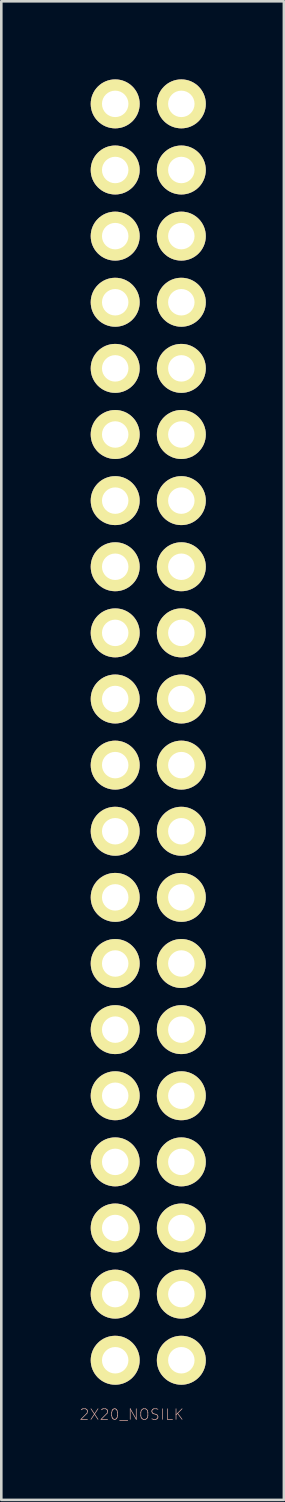
<source format=kicad_pcb>
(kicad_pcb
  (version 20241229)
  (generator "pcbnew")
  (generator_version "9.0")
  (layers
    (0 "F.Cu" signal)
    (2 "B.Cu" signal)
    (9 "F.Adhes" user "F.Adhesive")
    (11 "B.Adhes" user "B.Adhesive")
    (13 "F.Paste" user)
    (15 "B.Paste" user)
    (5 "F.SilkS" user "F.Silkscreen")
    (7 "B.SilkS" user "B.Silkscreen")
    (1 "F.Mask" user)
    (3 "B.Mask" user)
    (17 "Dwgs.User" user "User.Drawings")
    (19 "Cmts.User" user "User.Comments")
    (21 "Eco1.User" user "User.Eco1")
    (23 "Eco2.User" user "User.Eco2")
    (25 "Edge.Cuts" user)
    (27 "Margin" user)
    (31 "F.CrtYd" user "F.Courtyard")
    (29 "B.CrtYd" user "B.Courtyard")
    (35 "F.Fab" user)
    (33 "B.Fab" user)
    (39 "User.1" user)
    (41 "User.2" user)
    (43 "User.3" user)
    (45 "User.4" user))
  (footprint "2X20_NOSILK"
    (layer "F.Cu")
    (at 2.645 25.07)
    (property "Reference" "2X20_NOSILK" (at -0.635 26.213 0) (layer "B.SilkS") (effects (font (size 0.406 0.406) (thickness 0.025))))
    (attr exclude_from_pos_files exclude_from_bom)
    (fp_line (start -1.524 -24.384) (end -1.016 -24.384) (stroke (width 0.066) (type solid)) (layer "F.SilkS"))
    (fp_line (start -1.524 -23.876) (end -1.524 -24.384) (stroke (width 0.066) (type solid)) (layer "F.SilkS"))
    (fp_line (start -1.524 -23.876) (end -1.016 -23.876) (stroke (width 0.066) (type solid)) (layer "F.SilkS"))
    (fp_line (start -1.524 -21.844) (end -1.016 -21.844) (stroke (width 0.066) (type solid)) (layer "F.SilkS"))
    (fp_line (start -1.524 -21.336) (end -1.524 -21.844) (stroke (width 0.066) (type solid)) (layer "F.SilkS"))
    (fp_line (start -1.524 -21.336) (end -1.016 -21.336) (stroke (width 0.066) (type solid)) (layer "F.SilkS"))
    (fp_line (start -1.524 -19.304) (end -1.016 -19.304) (stroke (width 0.066) (type solid)) (layer "F.SilkS"))
    (fp_line (start -1.524 -18.796) (end -1.524 -19.304) (stroke (width 0.066) (type solid)) (layer "F.SilkS"))
    (fp_line (start -1.524 -18.796) (end -1.016 -18.796) (stroke (width 0.066) (type solid)) (layer "F.SilkS"))
    (fp_line (start -1.524 -16.764) (end -1.016 -16.764) (stroke (width 0.066) (type solid)) (layer "F.SilkS"))
    (fp_line (start -1.524 -16.764) (end -1.016 -16.764) (stroke (width 0.066) (type solid)) (layer "F.SilkS"))
    (fp_line (start -1.524 -16.256) (end -1.524 -16.764) (stroke (width 0.066) (type solid)) (layer "F.SilkS"))
    (fp_line (start -1.524 -16.256) (end -1.524 -16.764) (stroke (width 0.066) (type solid)) (layer "F.SilkS"))
    (fp_line (start -1.524 -16.256) (end -1.016 -16.256) (stroke (width 0.066) (type solid)) (layer "F.SilkS"))
    (fp_line (start -1.524 -16.256) (end -1.016 -16.256) (stroke (width 0.066) (type solid)) (layer "F.SilkS"))
    (fp_line (start -1.524 -14.224) (end -1.016 -14.224) (stroke (width 0.066) (type solid)) (layer "F.SilkS"))
    (fp_line (start -1.524 -13.716) (end -1.524 -14.224) (stroke (width 0.066) (type solid)) (layer "F.SilkS"))
    (fp_line (start -1.524 -13.716) (end -1.016 -13.716) (stroke (width 0.066) (type solid)) (layer "F.SilkS"))
    (fp_line (start -1.524 -11.684) (end -1.016 -11.684) (stroke (width 0.066) (type solid)) (layer "F.SilkS"))
    (fp_line (start -1.524 -11.176) (end -1.524 -11.684) (stroke (width 0.066) (type solid)) (layer "F.SilkS"))
    (fp_line (start -1.524 -11.176) (end -1.016 -11.176) (stroke (width 0.066) (type solid)) (layer "F.SilkS"))
    (fp_line (start -1.524 -9.144) (end -1.016 -9.144) (stroke (width 0.066) (type solid)) (layer "F.SilkS"))
    (fp_line (start -1.524 -8.636) (end -1.524 -9.144) (stroke (width 0.066) (type solid)) (layer "F.SilkS"))
    (fp_line (start -1.524 -8.636) (end -1.016 -8.636) (stroke (width 0.066) (type solid)) (layer "F.SilkS"))
    (fp_line (start -1.524 -6.604) (end -1.016 -6.604) (stroke (width 0.066) (type solid)) (layer "F.SilkS"))
    (fp_line (start -1.524 -6.096) (end -1.524 -6.604) (stroke (width 0.066) (type solid)) (layer "F.SilkS"))
    (fp_line (start -1.524 -6.096) (end -1.016 -6.096) (stroke (width 0.066) (type solid)) (layer "F.SilkS"))
    (fp_line (start -1.524 -4.064) (end -1.016 -4.064) (stroke (width 0.066) (type solid)) (layer "F.SilkS"))
    (fp_line (start -1.524 -4.064) (end -1.016 -4.064) (stroke (width 0.066) (type solid)) (layer "F.SilkS"))
    (fp_line (start -1.524 -3.556) (end -1.524 -4.064) (stroke (width 0.066) (type solid)) (layer "F.SilkS"))
    (fp_line (start -1.524 -3.556) (end -1.524 -4.064) (stroke (width 0.066) (type solid)) (layer "F.SilkS"))
    (fp_line (start -1.524 -3.556) (end -1.016 -3.556) (stroke (width 0.066) (type solid)) (layer "F.SilkS"))
    (fp_line (start -1.524 -3.556) (end -1.016 -3.556) (stroke (width 0.066) (type solid)) (layer "F.SilkS"))
    (fp_line (start -1.524 -1.524) (end -1.016 -1.524) (stroke (width 0.066) (type solid)) (layer "F.SilkS"))
    (fp_line (start -1.524 -1.016) (end -1.524 -1.524) (stroke (width 0.066) (type solid)) (layer "F.SilkS"))
    (fp_line (start -1.524 -1.016) (end -1.016 -1.016) (stroke (width 0.066) (type solid)) (layer "F.SilkS"))
    (fp_line (start -1.524 1.016) (end -1.016 1.016) (stroke (width 0.066) (type solid)) (layer "F.SilkS"))
    (fp_line (start -1.524 1.524) (end -1.524 1.016) (stroke (width 0.066) (type solid)) (layer "F.SilkS"))
    (fp_line (start -1.524 1.524) (end -1.016 1.524) (stroke (width 0.066) (type solid)) (layer "F.SilkS"))
    (fp_line (start -1.524 3.556) (end -1.016 3.556) (stroke (width 0.066) (type solid)) (layer "F.SilkS"))
    (fp_line (start -1.524 3.556) (end -1.016 3.556) (stroke (width 0.066) (type solid)) (layer "F.SilkS"))
    (fp_line (start -1.524 4.064) (end -1.524 3.556) (stroke (width 0.066) (type solid)) (layer "F.SilkS"))
    (fp_line (start -1.524 4.064) (end -1.524 3.556) (stroke (width 0.066) (type solid)) (layer "F.SilkS"))
    (fp_line (start -1.524 4.064) (end -1.016 4.064) (stroke (width 0.066) (type solid)) (layer "F.SilkS"))
    (fp_line (start -1.524 4.064) (end -1.016 4.064) (stroke (width 0.066) (type solid)) (layer "F.SilkS"))
    (fp_line (start -1.524 6.096) (end -1.016 6.096) (stroke (width 0.066) (type solid)) (layer "F.SilkS"))
    (fp_line (start -1.524 6.604) (end -1.524 6.096) (stroke (width 0.066) (type solid)) (layer "F.SilkS"))
    (fp_line (start -1.524 6.604) (end -1.016 6.604) (stroke (width 0.066) (type solid)) (layer "F.SilkS"))
    (fp_line (start -1.524 8.636) (end -1.016 8.636) (stroke (width 0.066) (type solid)) (layer "F.SilkS"))
    (fp_line (start -1.524 9.144) (end -1.524 8.636) (stroke (width 0.066) (type solid)) (layer "F.SilkS"))
    (fp_line (start -1.524 9.144) (end -1.016 9.144) (stroke (width 0.066) (type solid)) (layer "F.SilkS"))
    (fp_line (start -1.524 11.176) (end -1.016 11.176) (stroke (width 0.066) (type solid)) (layer "F.SilkS"))
    (fp_line (start -1.524 11.684) (end -1.524 11.176) (stroke (width 0.066) (type solid)) (layer "F.SilkS"))
    (fp_line (start -1.524 11.684) (end -1.016 11.684) (stroke (width 0.066) (type solid)) (layer "F.SilkS"))
    (fp_line (start -1.524 13.716) (end -1.016 13.716) (stroke (width 0.066) (type solid)) (layer "F.SilkS"))
    (fp_line (start -1.524 14.224) (end -1.524 13.716) (stroke (width 0.066) (type solid)) (layer "F.SilkS"))
    (fp_line (start -1.524 14.224) (end -1.016 14.224) (stroke (width 0.066) (type solid)) (layer "F.SilkS"))
    (fp_line (start -1.524 16.256) (end -1.016 16.256) (stroke (width 0.066) (type solid)) (layer "F.SilkS"))
    (fp_line (start -1.524 16.764) (end -1.524 16.256) (stroke (width 0.066) (type solid)) (layer "F.SilkS"))
    (fp_line (start -1.524 16.764) (end -1.016 16.764) (stroke (width 0.066) (type solid)) (layer "F.SilkS"))
    (fp_line (start -1.524 18.796) (end -1.016 18.796) (stroke (width 0.066) (type solid)) (layer "F.SilkS"))
    (fp_line (start -1.524 19.304) (end -1.524 18.796) (stroke (width 0.066) (type solid)) (layer "F.SilkS"))
    (fp_line (start -1.524 19.304) (end -1.016 19.304) (stroke (width 0.066) (type solid)) (layer "F.SilkS"))
    (fp_line (start -1.524 21.336) (end -1.016 21.336) (stroke (width 0.066) (type solid)) (layer "F.SilkS"))
    (fp_line (start -1.524 21.844) (end -1.524 21.336) (stroke (width 0.066) (type solid)) (layer "F.SilkS"))
    (fp_line (start -1.524 21.844) (end -1.016 21.844) (stroke (width 0.066) (type solid)) (layer "F.SilkS"))
    (fp_line (start -1.524 23.876) (end -1.016 23.876) (stroke (width 0.066) (type solid)) (layer "F.SilkS"))
    (fp_line (start -1.524 24.384) (end -1.524 23.876) (stroke (width 0.066) (type solid)) (layer "F.SilkS"))
    (fp_line (start -1.524 24.384) (end -1.016 24.384) (stroke (width 0.066) (type solid)) (layer "F.SilkS"))
    (fp_line (start -1.016 -23.876) (end -1.016 -24.384) (stroke (width 0.066) (type solid)) (layer "F.SilkS"))
    (fp_line (start -1.016 -21.336) (end -1.016 -21.844) (stroke (width 0.066) (type solid)) (layer "F.SilkS"))
    (fp_line (start -1.016 -18.796) (end -1.016 -19.304) (stroke (width 0.066) (type solid)) (layer "F.SilkS"))
    (fp_line (start -1.016 -16.256) (end -1.016 -16.764) (stroke (width 0.066) (type solid)) (layer "F.SilkS"))
    (fp_line (start -1.016 -16.256) (end -1.016 -16.764) (stroke (width 0.066) (type solid)) (layer "F.SilkS"))
    (fp_line (start -1.016 -13.716) (end -1.016 -14.224) (stroke (width 0.066) (type solid)) (layer "F.SilkS"))
    (fp_line (start -1.016 -11.176) (end -1.016 -11.684) (stroke (width 0.066) (type solid)) (layer "F.SilkS"))
    (fp_line (start -1.016 -8.636) (end -1.016 -9.144) (stroke (width 0.066) (type solid)) (layer "F.SilkS"))
    (fp_line (start -1.016 -6.096) (end -1.016 -6.604) (stroke (width 0.066) (type solid)) (layer "F.SilkS"))
    (fp_line (start -1.016 -3.556) (end -1.016 -4.064) (stroke (width 0.066) (type solid)) (layer "F.SilkS"))
    (fp_line (start -1.016 -3.556) (end -1.016 -4.064) (stroke (width 0.066) (type solid)) (layer "F.SilkS"))
    (fp_line (start -1.016 -1.016) (end -1.016 -1.524) (stroke (width 0.066) (type solid)) (layer "F.SilkS"))
    (fp_line (start -1.016 1.524) (end -1.016 1.016) (stroke (width 0.066) (type solid)) (layer "F.SilkS"))
    (fp_line (start -1.016 4.064) (end -1.016 3.556) (stroke (width 0.066) (type solid)) (layer "F.SilkS"))
    (fp_line (start -1.016 4.064) (end -1.016 3.556) (stroke (width 0.066) (type solid)) (layer "F.SilkS"))
    (fp_line (start -1.016 6.604) (end -1.016 6.096) (stroke (width 0.066) (type solid)) (layer "F.SilkS"))
    (fp_line (start -1.016 9.144) (end -1.016 8.636) (stroke (width 0.066) (type solid)) (layer "F.SilkS"))
    (fp_line (start -1.016 11.684) (end -1.016 11.176) (stroke (width 0.066) (type solid)) (layer "F.SilkS"))
    (fp_line (start -1.016 14.224) (end -1.016 13.716) (stroke (width 0.066) (type solid)) (layer "F.SilkS"))
    (fp_line (start -1.016 16.764) (end -1.016 16.256) (stroke (width 0.066) (type solid)) (layer "F.SilkS"))
    (fp_line (start -1.016 19.304) (end -1.016 18.796) (stroke (width 0.066) (type solid)) (layer "F.SilkS"))
    (fp_line (start -1.016 21.844) (end -1.016 21.336) (stroke (width 0.066) (type solid)) (layer "F.SilkS"))
    (fp_line (start -1.016 24.384) (end -1.016 23.876) (stroke (width 0.066) (type solid)) (layer "F.SilkS"))
    (fp_line (start 1.016 -24.384) (end 1.524 -24.384) (stroke (width 0.066) (type solid)) (layer "F.SilkS"))
    (fp_line (start 1.016 -23.876) (end 1.016 -24.384) (stroke (width 0.066) (type solid)) (layer "F.SilkS"))
    (fp_line (start 1.016 -23.876) (end 1.524 -23.876) (stroke (width 0.066) (type solid)) (layer "F.SilkS"))
    (fp_line (start 1.016 -21.844) (end 1.524 -21.844) (stroke (width 0.066) (type solid)) (layer "F.SilkS"))
    (fp_line (start 1.016 -21.336) (end 1.016 -21.844) (stroke (width 0.066) (type solid)) (layer "F.SilkS"))
    (fp_line (start 1.016 -21.336) (end 1.524 -21.336) (stroke (width 0.066) (type solid)) (layer "F.SilkS"))
    (fp_line (start 1.016 -19.304) (end 1.524 -19.304) (stroke (width 0.066) (type solid)) (layer "F.SilkS"))
    (fp_line (start 1.016 -18.796) (end 1.016 -19.304) (stroke (width 0.066) (type solid)) (layer "F.SilkS"))
    (fp_line (start 1.016 -18.796) (end 1.524 -18.796) (stroke (width 0.066) (type solid)) (layer "F.SilkS"))
    (fp_line (start 1.016 -16.764) (end 1.524 -16.764) (stroke (width 0.066) (type solid)) (layer "F.SilkS"))
    (fp_line (start 1.016 -16.764) (end 1.524 -16.764) (stroke (width 0.066) (type solid)) (layer "F.SilkS"))
    (fp_line (start 1.016 -16.256) (end 1.016 -16.764) (stroke (width 0.066) (type solid)) (layer "F.SilkS"))
    (fp_line (start 1.016 -16.256) (end 1.016 -16.764) (stroke (width 0.066) (type solid)) (layer "F.SilkS"))
    (fp_line (start 1.016 -16.256) (end 1.524 -16.256) (stroke (width 0.066) (type solid)) (layer "F.SilkS"))
    (fp_line (start 1.016 -16.256) (end 1.524 -16.256) (stroke (width 0.066) (type solid)) (layer "F.SilkS"))
    (fp_line (start 1.016 -14.224) (end 1.524 -14.224) (stroke (width 0.066) (type solid)) (layer "F.SilkS"))
    (fp_line (start 1.016 -13.716) (end 1.016 -14.224) (stroke (width 0.066) (type solid)) (layer "F.SilkS"))
    (fp_line (start 1.016 -13.716) (end 1.524 -13.716) (stroke (width 0.066) (type solid)) (layer "F.SilkS"))
    (fp_line (start 1.016 -11.684) (end 1.524 -11.684) (stroke (width 0.066) (type solid)) (layer "F.SilkS"))
    (fp_line (start 1.016 -11.176) (end 1.016 -11.684) (stroke (width 0.066) (type solid)) (layer "F.SilkS"))
    (fp_line (start 1.016 -11.176) (end 1.524 -11.176) (stroke (width 0.066) (type solid)) (layer "F.SilkS"))
    (fp_line (start 1.016 -9.144) (end 1.524 -9.144) (stroke (width 0.066) (type solid)) (layer "F.SilkS"))
    (fp_line (start 1.016 -8.636) (end 1.016 -9.144) (stroke (width 0.066) (type solid)) (layer "F.SilkS"))
    (fp_line (start 1.016 -8.636) (end 1.524 -8.636) (stroke (width 0.066) (type solid)) (layer "F.SilkS"))
    (fp_line (start 1.016 -6.604) (end 1.524 -6.604) (stroke (width 0.066) (type solid)) (layer "F.SilkS"))
    (fp_line (start 1.016 -6.096) (end 1.016 -6.604) (stroke (width 0.066) (type solid)) (layer "F.SilkS"))
    (fp_line (start 1.016 -6.096) (end 1.524 -6.096) (stroke (width 0.066) (type solid)) (layer "F.SilkS"))
    (fp_line (start 1.016 -4.064) (end 1.524 -4.064) (stroke (width 0.066) (type solid)) (layer "F.SilkS"))
    (fp_line (start 1.016 -4.064) (end 1.524 -4.064) (stroke (width 0.066) (type solid)) (layer "F.SilkS"))
    (fp_line (start 1.016 -3.556) (end 1.016 -4.064) (stroke (width 0.066) (type solid)) (layer "F.SilkS"))
    (fp_line (start 1.016 -3.556) (end 1.016 -4.064) (stroke (width 0.066) (type solid)) (layer "F.SilkS"))
    (fp_line (start 1.016 -3.556) (end 1.524 -3.556) (stroke (width 0.066) (type solid)) (layer "F.SilkS"))
    (fp_line (start 1.016 -3.556) (end 1.524 -3.556) (stroke (width 0.066) (type solid)) (layer "F.SilkS"))
    (fp_line (start 1.016 -1.524) (end 1.524 -1.524) (stroke (width 0.066) (type solid)) (layer "F.SilkS"))
    (fp_line (start 1.016 -1.016) (end 1.016 -1.524) (stroke (width 0.066) (type solid)) (layer "F.SilkS"))
    (fp_line (start 1.016 -1.016) (end 1.524 -1.016) (stroke (width 0.066) (type solid)) (layer "F.SilkS"))
    (fp_line (start 1.016 1.016) (end 1.524 1.016) (stroke (width 0.066) (type solid)) (layer "F.SilkS"))
    (fp_line (start 1.016 1.524) (end 1.016 1.016) (stroke (width 0.066) (type solid)) (layer "F.SilkS"))
    (fp_line (start 1.016 1.524) (end 1.524 1.524) (stroke (width 0.066) (type solid)) (layer "F.SilkS"))
    (fp_line (start 1.016 3.556) (end 1.524 3.556) (stroke (width 0.066) (type solid)) (layer "F.SilkS"))
    (fp_line (start 1.016 3.556) (end 1.524 3.556) (stroke (width 0.066) (type solid)) (layer "F.SilkS"))
    (fp_line (start 1.016 4.064) (end 1.016 3.556) (stroke (width 0.066) (type solid)) (layer "F.SilkS"))
    (fp_line (start 1.016 4.064) (end 1.016 3.556) (stroke (width 0.066) (type solid)) (layer "F.SilkS"))
    (fp_line (start 1.016 4.064) (end 1.524 4.064) (stroke (width 0.066) (type solid)) (layer "F.SilkS"))
    (fp_line (start 1.016 4.064) (end 1.524 4.064) (stroke (width 0.066) (type solid)) (layer "F.SilkS"))
    (fp_line (start 1.016 6.096) (end 1.524 6.096) (stroke (width 0.066) (type solid)) (layer "F.SilkS"))
    (fp_line (start 1.016 6.604) (end 1.016 6.096) (stroke (width 0.066) (type solid)) (layer "F.SilkS"))
    (fp_line (start 1.016 6.604) (end 1.524 6.604) (stroke (width 0.066) (type solid)) (layer "F.SilkS"))
    (fp_line (start 1.016 8.636) (end 1.524 8.636) (stroke (width 0.066) (type solid)) (layer "F.SilkS"))
    (fp_line (start 1.016 9.144) (end 1.016 8.636) (stroke (width 0.066) (type solid)) (layer "F.SilkS"))
    (fp_line (start 1.016 9.144) (end 1.524 9.144) (stroke (width 0.066) (type solid)) (layer "F.SilkS"))
    (fp_line (start 1.016 11.176) (end 1.524 11.176) (stroke (width 0.066) (type solid)) (layer "F.SilkS"))
    (fp_line (start 1.016 11.684) (end 1.016 11.176) (stroke (width 0.066) (type solid)) (layer "F.SilkS"))
    (fp_line (start 1.016 11.684) (end 1.524 11.684) (stroke (width 0.066) (type solid)) (layer "F.SilkS"))
    (fp_line (start 1.016 13.716) (end 1.524 13.716) (stroke (width 0.066) (type solid)) (layer "F.SilkS"))
    (fp_line (start 1.016 14.224) (end 1.016 13.716) (stroke (width 0.066) (type solid)) (layer "F.SilkS"))
    (fp_line (start 1.016 14.224) (end 1.524 14.224) (stroke (width 0.066) (type solid)) (layer "F.SilkS"))
    (fp_line (start 1.016 16.256) (end 1.524 16.256) (stroke (width 0.066) (type solid)) (layer "F.SilkS"))
    (fp_line (start 1.016 16.764) (end 1.016 16.256) (stroke (width 0.066) (type solid)) (layer "F.SilkS"))
    (fp_line (start 1.016 16.764) (end 1.524 16.764) (stroke (width 0.066) (type solid)) (layer "F.SilkS"))
    (fp_line (start 1.016 18.796) (end 1.524 18.796) (stroke (width 0.066) (type solid)) (layer "F.SilkS"))
    (fp_line (start 1.016 19.304) (end 1.016 18.796) (stroke (width 0.066) (type solid)) (layer "F.SilkS"))
    (fp_line (start 1.016 19.304) (end 1.524 19.304) (stroke (width 0.066) (type solid)) (layer "F.SilkS"))
    (fp_line (start 1.016 21.336) (end 1.524 21.336) (stroke (width 0.066) (type solid)) (layer "F.SilkS"))
    (fp_line (start 1.016 21.844) (end 1.016 21.336) (stroke (width 0.066) (type solid)) (layer "F.SilkS"))
    (fp_line (start 1.016 21.844) (end 1.524 21.844) (stroke (width 0.066) (type solid)) (layer "F.SilkS"))
    (fp_line (start 1.016 23.876) (end 1.524 23.876) (stroke (width 0.066) (type solid)) (layer "F.SilkS"))
    (fp_line (start 1.016 24.384) (end 1.016 23.876) (stroke (width 0.066) (type solid)) (layer "F.SilkS"))
    (fp_line (start 1.016 24.384) (end 1.524 24.384) (stroke (width 0.066) (type solid)) (layer "F.SilkS"))
    (fp_line (start 1.524 -23.876) (end 1.524 -24.384) (stroke (width 0.066) (type solid)) (layer "F.SilkS"))
    (fp_line (start 1.524 -21.336) (end 1.524 -21.844) (stroke (width 0.066) (type solid)) (layer "F.SilkS"))
    (fp_line (start 1.524 -18.796) (end 1.524 -19.304) (stroke (width 0.066) (type solid)) (layer "F.SilkS"))
    (fp_line (start 1.524 -16.256) (end 1.524 -16.764) (stroke (width 0.066) (type solid)) (layer "F.SilkS"))
    (fp_line (start 1.524 -16.256) (end 1.524 -16.764) (stroke (width 0.066) (type solid)) (layer "F.SilkS"))
    (fp_line (start 1.524 -13.716) (end 1.524 -14.224) (stroke (width 0.066) (type solid)) (layer "F.SilkS"))
    (fp_line (start 1.524 -11.176) (end 1.524 -11.684) (stroke (width 0.066) (type solid)) (layer "F.SilkS"))
    (fp_line (start 1.524 -8.636) (end 1.524 -9.144) (stroke (width 0.066) (type solid)) (layer "F.SilkS"))
    (fp_line (start 1.524 -6.096) (end 1.524 -6.604) (stroke (width 0.066) (type solid)) (layer "F.SilkS"))
    (fp_line (start 1.524 -3.556) (end 1.524 -4.064) (stroke (width 0.066) (type solid)) (layer "F.SilkS"))
    (fp_line (start 1.524 -3.556) (end 1.524 -4.064) (stroke (width 0.066) (type solid)) (layer "F.SilkS"))
    (fp_line (start 1.524 -1.016) (end 1.524 -1.524) (stroke (width 0.066) (type solid)) (layer "F.SilkS"))
    (fp_line (start 1.524 1.524) (end 1.524 1.016) (stroke (width 0.066) (type solid)) (layer "F.SilkS"))
    (fp_line (start 1.524 4.064) (end 1.524 3.556) (stroke (width 0.066) (type solid)) (layer "F.SilkS"))
    (fp_line (start 1.524 4.064) (end 1.524 3.556) (stroke (width 0.066) (type solid)) (layer "F.SilkS"))
    (fp_line (start 1.524 6.604) (end 1.524 6.096) (stroke (width 0.066) (type solid)) (layer "F.SilkS"))
    (fp_line (start 1.524 9.144) (end 1.524 8.636) (stroke (width 0.066) (type solid)) (layer "F.SilkS"))
    (fp_line (start 1.524 11.684) (end 1.524 11.176) (stroke (width 0.066) (type solid)) (layer "F.SilkS"))
    (fp_line (start 1.524 14.224) (end 1.524 13.716) (stroke (width 0.066) (type solid)) (layer "F.SilkS"))
    (fp_line (start 1.524 16.764) (end 1.524 16.256) (stroke (width 0.066) (type solid)) (layer "F.SilkS"))
    (fp_line (start 1.524 19.304) (end 1.524 18.796) (stroke (width 0.066) (type solid)) (layer "F.SilkS"))
    (fp_line (start 1.524 21.844) (end 1.524 21.336) (stroke (width 0.066) (type solid)) (layer "F.SilkS"))
    (fp_line (start 1.524 24.384) (end 1.524 23.876) (stroke (width 0.066) (type solid)) (layer "F.SilkS"))
    (pad "1" thru_hole circle (at -1.27 -24.13) (size 1.88 1.88) (drill 1.016) (layers "*.Cu" "F.Mask" "F.SilkS" "F.Paste"))
    (pad "2" thru_hole circle (at 1.27 -24.13) (size 1.88 1.88) (drill 1.016) (layers "*.Cu" "F.Mask" "F.SilkS" "F.Paste"))
    (pad "3" thru_hole circle (at -1.27 -21.59) (size 1.88 1.88) (drill 1.016) (layers "*.Cu" "F.Mask" "F.SilkS" "F.Paste"))
    (pad "4" thru_hole circle (at 1.27 -21.59) (size 1.88 1.88) (drill 1.016) (layers "*.Cu" "F.Mask" "F.SilkS" "F.Paste"))
    (pad "5" thru_hole circle (at -1.27 -19.05) (size 1.88 1.88) (drill 1.016) (layers "*.Cu" "F.Mask" "F.SilkS" "F.Paste"))
    (pad "6" thru_hole circle (at 1.27 -19.05) (size 1.88 1.88) (drill 1.016) (layers "*.Cu" "F.Mask" "F.SilkS" "F.Paste"))
    (pad "7" thru_hole circle (at -1.27 -16.51) (size 1.88 1.88) (drill 1.016) (layers "*.Cu" "F.Mask" "F.SilkS" "F.Paste"))
    (pad "8" thru_hole circle (at 1.27 -16.51) (size 1.88 1.88) (drill 1.016) (layers "*.Cu" "F.Mask" "F.SilkS" "F.Paste"))
    (pad "9" thru_hole circle (at -1.27 -13.97) (size 1.88 1.88) (drill 1.016) (layers "*.Cu" "F.Mask" "F.SilkS" "F.Paste"))
    (pad "10" thru_hole circle (at 1.27 -13.97) (size 1.88 1.88) (drill 1.016) (layers "*.Cu" "F.Mask" "F.SilkS" "F.Paste"))
    (pad "11" thru_hole circle (at -1.27 -11.43) (size 1.88 1.88) (drill 1.016) (layers "*.Cu" "F.Mask" "F.SilkS" "F.Paste"))
    (pad "12" thru_hole circle (at 1.27 -11.43) (size 1.88 1.88) (drill 1.016) (layers "*.Cu" "F.Mask" "F.SilkS" "F.Paste"))
    (pad "13" thru_hole circle (at -1.27 -8.89) (size 1.88 1.88) (drill 1.016) (layers "*.Cu" "F.Mask" "F.SilkS" "F.Paste"))
    (pad "14" thru_hole circle (at 1.27 -8.89) (size 1.88 1.88) (drill 1.016) (layers "*.Cu" "F.Mask" "F.SilkS" "F.Paste"))
    (pad "15" thru_hole circle (at -1.27 -6.35) (size 1.88 1.88) (drill 1.016) (layers "*.Cu" "F.Mask" "F.SilkS" "F.Paste"))
    (pad "16" thru_hole circle (at 1.27 -6.35) (size 1.88 1.88) (drill 1.016) (layers "*.Cu" "F.Mask" "F.SilkS" "F.Paste"))
    (pad "17" thru_hole circle (at -1.27 -3.81) (size 1.88 1.88) (drill 1.016) (layers "*.Cu" "F.Mask" "F.SilkS" "F.Paste"))
    (pad "18" thru_hole circle (at 1.27 -3.81) (size 1.88 1.88) (drill 1.016) (layers "*.Cu" "F.Mask" "F.SilkS" "F.Paste"))
    (pad "19" thru_hole circle (at -1.27 -1.27) (size 1.88 1.88) (drill 1.016) (layers "*.Cu" "F.Mask" "F.SilkS" "F.Paste"))
    (pad "20" thru_hole circle (at 1.27 -1.27) (size 1.88 1.88) (drill 1.016) (layers "*.Cu" "F.Mask" "F.SilkS" "F.Paste"))
    (pad "21" thru_hole circle (at -1.27 1.27) (size 1.88 1.88) (drill 1.016) (layers "*.Cu" "F.Mask" "F.SilkS" "F.Paste"))
    (pad "22" thru_hole circle (at 1.27 1.27) (size 1.88 1.88) (drill 1.016) (layers "*.Cu" "F.Mask" "F.SilkS" "F.Paste"))
    (pad "23" thru_hole circle (at -1.27 3.81) (size 1.88 1.88) (drill 1.016) (layers "*.Cu" "F.Mask" "F.SilkS" "F.Paste"))
    (pad "24" thru_hole circle (at 1.27 3.81) (size 1.88 1.88) (drill 1.016) (layers "*.Cu" "F.Mask" "F.SilkS" "F.Paste"))
    (pad "25" thru_hole circle (at -1.27 6.35) (size 1.88 1.88) (drill 1.016) (layers "*.Cu" "F.Mask" "F.SilkS" "F.Paste"))
    (pad "26" thru_hole circle (at 1.27 6.35) (size 1.88 1.88) (drill 1.016) (layers "*.Cu" "F.Mask" "F.SilkS" "F.Paste"))
    (pad "27" thru_hole circle (at -1.27 8.89) (size 1.88 1.88) (drill 1.016) (layers "*.Cu" "F.Mask" "F.SilkS" "F.Paste"))
    (pad "28" thru_hole circle (at 1.27 8.89) (size 1.88 1.88) (drill 1.016) (layers "*.Cu" "F.Mask" "F.SilkS" "F.Paste"))
    (pad "29" thru_hole circle (at -1.27 11.43) (size 1.88 1.88) (drill 1.016) (layers "*.Cu" "F.Mask" "F.SilkS" "F.Paste"))
    (pad "30" thru_hole circle (at 1.27 11.43) (size 1.88 1.88) (drill 1.016) (layers "*.Cu" "F.Mask" "F.SilkS" "F.Paste"))
    (pad "31" thru_hole circle (at -1.27 13.97) (size 1.88 1.88) (drill 1.016) (layers "*.Cu" "F.Mask" "F.SilkS" "F.Paste"))
    (pad "32" thru_hole circle (at 1.27 13.97) (size 1.88 1.88) (drill 1.016) (layers "*.Cu" "F.Mask" "F.SilkS" "F.Paste"))
    (pad "33" thru_hole circle (at -1.27 16.51) (size 1.88 1.88) (drill 1.016) (layers "*.Cu" "F.Mask" "F.SilkS" "F.Paste"))
    (pad "34" thru_hole circle (at 1.27 16.51) (size 1.88 1.88) (drill 1.016) (layers "*.Cu" "F.Mask" "F.SilkS" "F.Paste"))
    (pad "35" thru_hole circle (at -1.27 19.05) (size 1.88 1.88) (drill 1.016) (layers "*.Cu" "F.Mask" "F.SilkS" "F.Paste"))
    (pad "36" thru_hole circle (at 1.27 19.05) (size 1.88 1.88) (drill 1.016) (layers "*.Cu" "F.Mask" "F.SilkS" "F.Paste"))
    (pad "37" thru_hole circle (at -1.27 21.59) (size 1.88 1.88) (drill 1.016) (layers "*.Cu" "F.Mask" "F.SilkS" "F.Paste"))
    (pad "38" thru_hole circle (at 1.27 21.59) (size 1.88 1.88) (drill 1.016) (layers "*.Cu" "F.Mask" "F.SilkS" "F.Paste"))
    (pad "39" thru_hole circle (at -1.27 24.13) (size 1.88 1.88) (drill 1.016) (layers "*.Cu" "F.Mask" "F.SilkS" "F.Paste"))
    (pad "40" thru_hole circle (at 1.27 24.13) (size 1.88 1.88) (drill 1.016) (layers "*.Cu" "F.Mask" "F.SilkS" "F.Paste")))
  (gr_rect
    (start -3 -3)
    (end 7.855 54.565)
    (stroke (width 0.1) (type default))
    (fill no)
    (layer "Edge.Cuts")))
</source>
